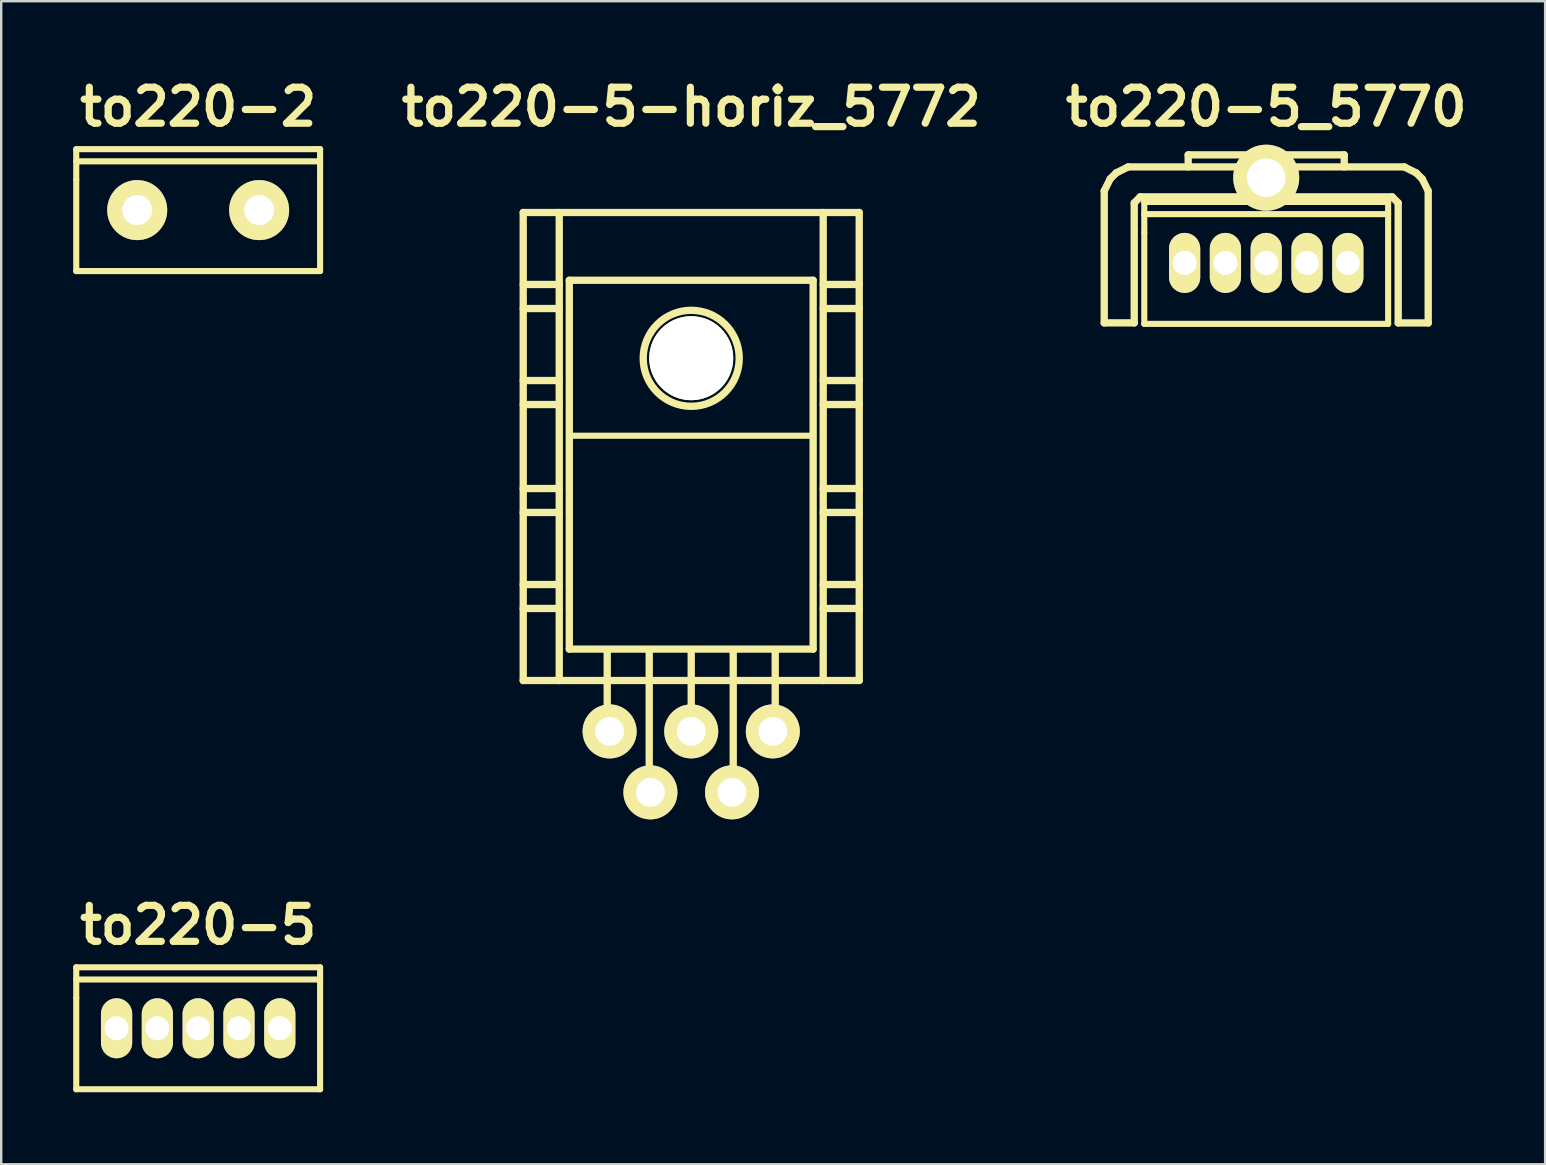
<source format=kicad_pcb>
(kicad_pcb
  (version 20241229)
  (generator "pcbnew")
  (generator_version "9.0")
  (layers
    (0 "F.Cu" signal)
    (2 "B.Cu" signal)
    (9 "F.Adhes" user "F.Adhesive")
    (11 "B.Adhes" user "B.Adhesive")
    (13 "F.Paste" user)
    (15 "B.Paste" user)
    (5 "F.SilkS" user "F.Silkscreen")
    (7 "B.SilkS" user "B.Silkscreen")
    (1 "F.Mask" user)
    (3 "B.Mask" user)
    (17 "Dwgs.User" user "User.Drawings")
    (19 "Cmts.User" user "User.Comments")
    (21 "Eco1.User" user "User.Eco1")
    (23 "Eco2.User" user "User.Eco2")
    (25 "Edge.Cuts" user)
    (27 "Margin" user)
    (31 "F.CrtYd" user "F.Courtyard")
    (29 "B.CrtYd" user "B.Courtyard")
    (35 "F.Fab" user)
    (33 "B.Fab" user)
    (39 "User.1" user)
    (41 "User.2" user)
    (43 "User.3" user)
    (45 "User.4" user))
  (footprint "to220-5_5770"
    (layer "F.Cu")
    (at 49.707 7.904)
    (property "Reference" "to220-5_5770" (at 0 -6.5 0) (layer "F.SilkS") (effects (font (size 1.5 1.5) (thickness 0.3))))
    (attr through_hole)
    (fp_line (start -6.749 -3) (end -6.5 -3.5) (stroke (width 0.305) (type solid)) (layer "F.SilkS"))
    (fp_line (start -6.749 2.499) (end -6.749 -3) (stroke (width 0.305) (type solid)) (layer "F.SilkS"))
    (fp_line (start -6.5 -3.5) (end -6.251 -3.749) (stroke (width 0.305) (type solid)) (layer "F.SilkS"))
    (fp_line (start -6.251 -3.749) (end -5.751 -4) (stroke (width 0.305) (type solid)) (layer "F.SilkS"))
    (fp_line (start -5.499 -2.499) (end -5.25 -2.751) (stroke (width 0.305) (type solid)) (layer "F.SilkS"))
    (fp_line (start -5.499 2.499) (end -6.749 2.499) (stroke (width 0.305) (type solid)) (layer "F.SilkS"))
    (fp_line (start -5.499 2.499) (end -5.499 -2.499) (stroke (width 0.305) (type solid)) (layer "F.SilkS"))
    (fp_line (start -5.25 -2.751) (end 5.25 -2.751) (stroke (width 0.305) (type solid)) (layer "F.SilkS"))
    (fp_line (start -5.08 -2.54) (end -5.08 -1.27) (stroke (width 0.254) (type solid)) (layer "F.SilkS"))
    (fp_line (start -5.08 -2.032) (end 5.08 -2.032) (stroke (width 0.254) (type solid)) (layer "F.SilkS"))
    (fp_line (start -5.08 -1.27) (end -5.08 2.54) (stroke (width 0.254) (type solid)) (layer "F.SilkS"))
    (fp_line (start -5.08 2.54) (end 5.08 2.54) (stroke (width 0.254) (type solid)) (layer "F.SilkS"))
    (fp_line (start -3.251 -4.501) (end 3.251 -4.501) (stroke (width 0.305) (type solid)) (layer "F.SilkS"))
    (fp_line (start -3.251 -4) (end -3.251 -4.501) (stroke (width 0.305) (type solid)) (layer "F.SilkS"))
    (fp_line (start 3.251 -4.501) (end 3.251 -4) (stroke (width 0.305) (type solid)) (layer "F.SilkS"))
    (fp_line (start 5.08 -2.54) (end -5.08 -2.54) (stroke (width 0.254) (type solid)) (layer "F.SilkS"))
    (fp_line (start 5.08 2.54) (end 5.08 -2.54) (stroke (width 0.254) (type solid)) (layer "F.SilkS"))
    (fp_line (start 5.25 -2.751) (end 5.499 -2.499) (stroke (width 0.305) (type solid)) (layer "F.SilkS"))
    (fp_line (start 5.499 2.499) (end 5.499 -2.499) (stroke (width 0.305) (type solid)) (layer "F.SilkS"))
    (fp_line (start 5.751 -4) (end -5.751 -4) (stroke (width 0.305) (type solid)) (layer "F.SilkS"))
    (fp_line (start 5.751 -4) (end 6.251 -3.749) (stroke (width 0.305) (type solid)) (layer "F.SilkS"))
    (fp_line (start 6.251 -3.749) (end 6.5 -3.5) (stroke (width 0.305) (type solid)) (layer "F.SilkS"))
    (fp_line (start 6.5 -3.5) (end 6.749 -3) (stroke (width 0.305) (type solid)) (layer "F.SilkS"))
    (fp_line (start 6.749 2.499) (end 6.749 -3) (stroke (width 0.305) (type solid)) (layer "F.SilkS"))
    (fp_line (start 6.749 2.502) (end 5.499 2.502) (stroke (width 0.305) (type solid)) (layer "F.SilkS"))
    (pad "" thru_hole circle (at 0 -3.55) (size 2.75 2.75) (drill 1.6) (layers "*.Cu" "*.Mask" "F.SilkS"))
    (pad "1" thru_hole oval (at 3.4 0) (size 1.3 2.5) (drill 1) (layers "*.Cu" "*.Mask" "F.SilkS"))
    (pad "2" thru_hole oval (at 1.7 0) (size 1.3 2.5) (drill 1) (layers "*.Cu" "*.Mask" "F.SilkS"))
    (pad "3" thru_hole oval (at 0 0) (size 1.3 2.5) (drill 1) (layers "*.Cu" "*.Mask" "F.SilkS"))
    (pad "4" thru_hole oval (at -1.7 0) (size 1.3 2.5) (drill 1) (layers "*.Cu" "*.Mask" "F.SilkS"))
    (pad "5" thru_hole oval (at -3.4 0) (size 1.3 2.5) (drill 1) (layers "*.Cu" "*.Mask" "F.SilkS")))
  (footprint "to220-2"
    (layer "F.Cu")
    (at 5.207 5.704)
    (property "Reference" "to220-2" (at 0 -4.3 0) (layer "F.SilkS") (effects (font (size 1.5 1.5) (thickness 0.3))))
    (attr through_hole)
    (fp_line (start -5.08 -2.54) (end -5.08 -1.27) (stroke (width 0.254) (type solid)) (layer "F.SilkS"))
    (fp_line (start -5.08 -2.032) (end 5.08 -2.032) (stroke (width 0.254) (type solid)) (layer "F.SilkS"))
    (fp_line (start -5.08 -1.27) (end -5.08 2.54) (stroke (width 0.254) (type solid)) (layer "F.SilkS"))
    (fp_line (start -5.08 2.54) (end 5.08 2.54) (stroke (width 0.254) (type solid)) (layer "F.SilkS"))
    (fp_line (start 5.08 -2.54) (end -5.08 -2.54) (stroke (width 0.254) (type solid)) (layer "F.SilkS"))
    (fp_line (start 5.08 2.54) (end 5.08 -2.54) (stroke (width 0.254) (type solid)) (layer "F.SilkS"))
    (pad "1" thru_hole circle (at 2.54 0) (size 2.5 2.5) (drill 1.25) (layers "*.Cu" "*.Mask" "F.SilkS"))
    (pad "2" thru_hole circle (at -2.54 0) (size 2.5 2.5) (drill 1.25) (layers "*.Cu" "*.Mask" "F.SilkS")))
  (footprint "to220-5"
    (layer "F.Cu")
    (at 5.207 39.793)
    (property "Reference" "to220-5" (at 0 -4.3 0) (layer "F.SilkS") (effects (font (size 1.5 1.5) (thickness 0.3))))
    (attr through_hole)
    (fp_line (start -5.08 -2.54) (end -5.08 -1.27) (stroke (width 0.254) (type solid)) (layer "F.SilkS"))
    (fp_line (start -5.08 -2.032) (end 5.08 -2.032) (stroke (width 0.254) (type solid)) (layer "F.SilkS"))
    (fp_line (start -5.08 -1.27) (end -5.08 2.54) (stroke (width 0.254) (type solid)) (layer "F.SilkS"))
    (fp_line (start -5.08 2.54) (end 5.08 2.54) (stroke (width 0.254) (type solid)) (layer "F.SilkS"))
    (fp_line (start 5.08 -2.54) (end -5.08 -2.54) (stroke (width 0.254) (type solid)) (layer "F.SilkS"))
    (fp_line (start 5.08 2.54) (end 5.08 -2.54) (stroke (width 0.254) (type solid)) (layer "F.SilkS"))
    (pad "1" thru_hole oval (at 3.4 0) (size 1.3 2.5) (drill 1) (layers "*.Cu" "*.Mask" "F.SilkS"))
    (pad "2" thru_hole oval (at 1.7 0) (size 1.3 2.5) (drill 1) (layers "*.Cu" "*.Mask" "F.SilkS"))
    (pad "3" thru_hole oval (at 0 0) (size 1.3 2.5) (drill 1) (layers "*.Cu" "*.Mask" "F.SilkS"))
    (pad "4" thru_hole oval (at -1.7 0) (size 1.3 2.5) (drill 1) (layers "*.Cu" "*.Mask" "F.SilkS"))
    (pad "5" thru_hole oval (at -3.4 0) (size 1.3 2.5) (drill 1) (layers "*.Cu" "*.Mask" "F.SilkS")))
  (footprint "to220-5-horiz_5772"
    (layer "F.Cu")
    (at 25.75 19.804)
    (property "Reference" "to220-5-horiz_5772" (at 0 -18.4 0) (layer "F.SilkS") (effects (font (size 1.5 1.5) (thickness 0.3))))
    (attr through_hole)
    (fp_line (start -7 -14) (end -7 5.499) (stroke (width 0.305) (type solid)) (layer "F.SilkS"))
    (fp_line (start -7 -11.001) (end -5.499 -11.001) (stroke (width 0.305) (type solid)) (layer "F.SilkS"))
    (fp_line (start -7 -10) (end -5.499 -10) (stroke (width 0.305) (type solid)) (layer "F.SilkS"))
    (fp_line (start -7 -7) (end -5.499 -7) (stroke (width 0.305) (type solid)) (layer "F.SilkS"))
    (fp_line (start -7 -5.999) (end -5.499 -5.999) (stroke (width 0.305) (type solid)) (layer "F.SilkS"))
    (fp_line (start -7 -2.499) (end -5.499 -2.499) (stroke (width 0.305) (type solid)) (layer "F.SilkS"))
    (fp_line (start -7 -1.501) (end -5.499 -1.501) (stroke (width 0.305) (type solid)) (layer "F.SilkS"))
    (fp_line (start -7 1.501) (end -5.499 1.501) (stroke (width 0.305) (type solid)) (layer "F.SilkS"))
    (fp_line (start -7 2.499) (end -5.499 2.499) (stroke (width 0.305) (type solid)) (layer "F.SilkS"))
    (fp_line (start -7 5.499) (end 7 5.499) (stroke (width 0.305) (type solid)) (layer "F.SilkS"))
    (fp_line (start -5.499 5.499) (end -5.499 -14) (stroke (width 0.305) (type solid)) (layer "F.SilkS"))
    (fp_line (start -5.08 -11.176) (end -5.08 4.191) (stroke (width 0.305) (type solid)) (layer "F.SilkS"))
    (fp_line (start -5.08 4.191) (end 5.08 4.191) (stroke (width 0.305) (type solid)) (layer "F.SilkS"))
    (fp_line (start -3.5 7.75) (end -3.5 4.249) (stroke (width 0.305) (type solid)) (layer "F.SilkS"))
    (fp_line (start -1.75 10.249) (end -1.75 4.249) (stroke (width 0.305) (type solid)) (layer "F.SilkS"))
    (fp_line (start 0 7.75) (end 0 4.249) (stroke (width 0.305) (type solid)) (layer "F.SilkS"))
    (fp_line (start 1.75 10.249) (end 1.75 4.249) (stroke (width 0.305) (type solid)) (layer "F.SilkS"))
    (fp_line (start 3.5 7.75) (end 3.5 4.249) (stroke (width 0.305) (type solid)) (layer "F.SilkS"))
    (fp_line (start 5.08 -11.176) (end -5.08 -11.176) (stroke (width 0.305) (type solid)) (layer "F.SilkS"))
    (fp_line (start 5.08 -4.699) (end -5.08 -4.699) (stroke (width 0.254) (type solid)) (layer "F.SilkS"))
    (fp_line (start 5.08 4.191) (end 5.08 -11.176) (stroke (width 0.305) (type solid)) (layer "F.SilkS"))
    (fp_line (start 5.499 -14) (end 5.499 5.499) (stroke (width 0.305) (type solid)) (layer "F.SilkS"))
    (fp_line (start 5.499 -11.001) (end 7 -11.001) (stroke (width 0.305) (type solid)) (layer "F.SilkS"))
    (fp_line (start 5.499 -10) (end 7 -10) (stroke (width 0.305) (type solid)) (layer "F.SilkS"))
    (fp_line (start 5.499 -7) (end 7 -7) (stroke (width 0.305) (type solid)) (layer "F.SilkS"))
    (fp_line (start 5.499 -5.999) (end 7 -5.999) (stroke (width 0.305) (type solid)) (layer "F.SilkS"))
    (fp_line (start 5.499 -2.499) (end 7 -2.499) (stroke (width 0.305) (type solid)) (layer "F.SilkS"))
    (fp_line (start 5.499 -1.501) (end 7 -1.501) (stroke (width 0.305) (type solid)) (layer "F.SilkS"))
    (fp_line (start 5.499 1.501) (end 7 1.501) (stroke (width 0.305) (type solid)) (layer "F.SilkS"))
    (fp_line (start 5.499 2.499) (end 7 2.499) (stroke (width 0.305) (type solid)) (layer "F.SilkS"))
    (fp_line (start 7 -14) (end -7 -14) (stroke (width 0.305) (type solid)) (layer "F.SilkS"))
    (fp_line (start 7 5.499) (end 7 -14) (stroke (width 0.305) (type solid)) (layer "F.SilkS"))
    (fp_circle (center 0 -7.925) (end -1.999 -8.001) (stroke (width 0.305) (type solid)) (fill no) (layer "F.SilkS"))
    (pad "" np_thru_hole circle (at 0 -7.93) (size 3.5 3.5) (drill 3.5) (layers "*.Cu" "*.Mask" "F.SilkS"))
    (pad "1" thru_hole circle (at 3.4 7.62) (size 2.25 2.25) (drill 1.2) (layers "*.Cu" "*.Mask" "F.SilkS"))
    (pad "2" thru_hole circle (at 1.7 10.16) (size 2.25 2.25) (drill 1.2) (layers "*.Cu" "*.Mask" "F.SilkS"))
    (pad "3" thru_hole circle (at 0 7.62) (size 2.25 2.25) (drill 1.2) (layers "*.Cu" "*.Mask" "F.SilkS"))
    (pad "4" thru_hole circle (at -1.7 10.16) (size 2.25 2.25) (drill 1.2) (layers "*.Cu" "*.Mask" "F.SilkS"))
    (pad "5" thru_hole circle (at -3.4 7.62) (size 2.25 2.25) (drill 1.2) (layers "*.Cu" "*.Mask" "F.SilkS")))
  (gr_rect
    (start -3 -3)
    (end 61.328 45.46)
    (stroke (width 0.1) (type default))
    (fill no)
    (layer "Edge.Cuts")))
</source>
